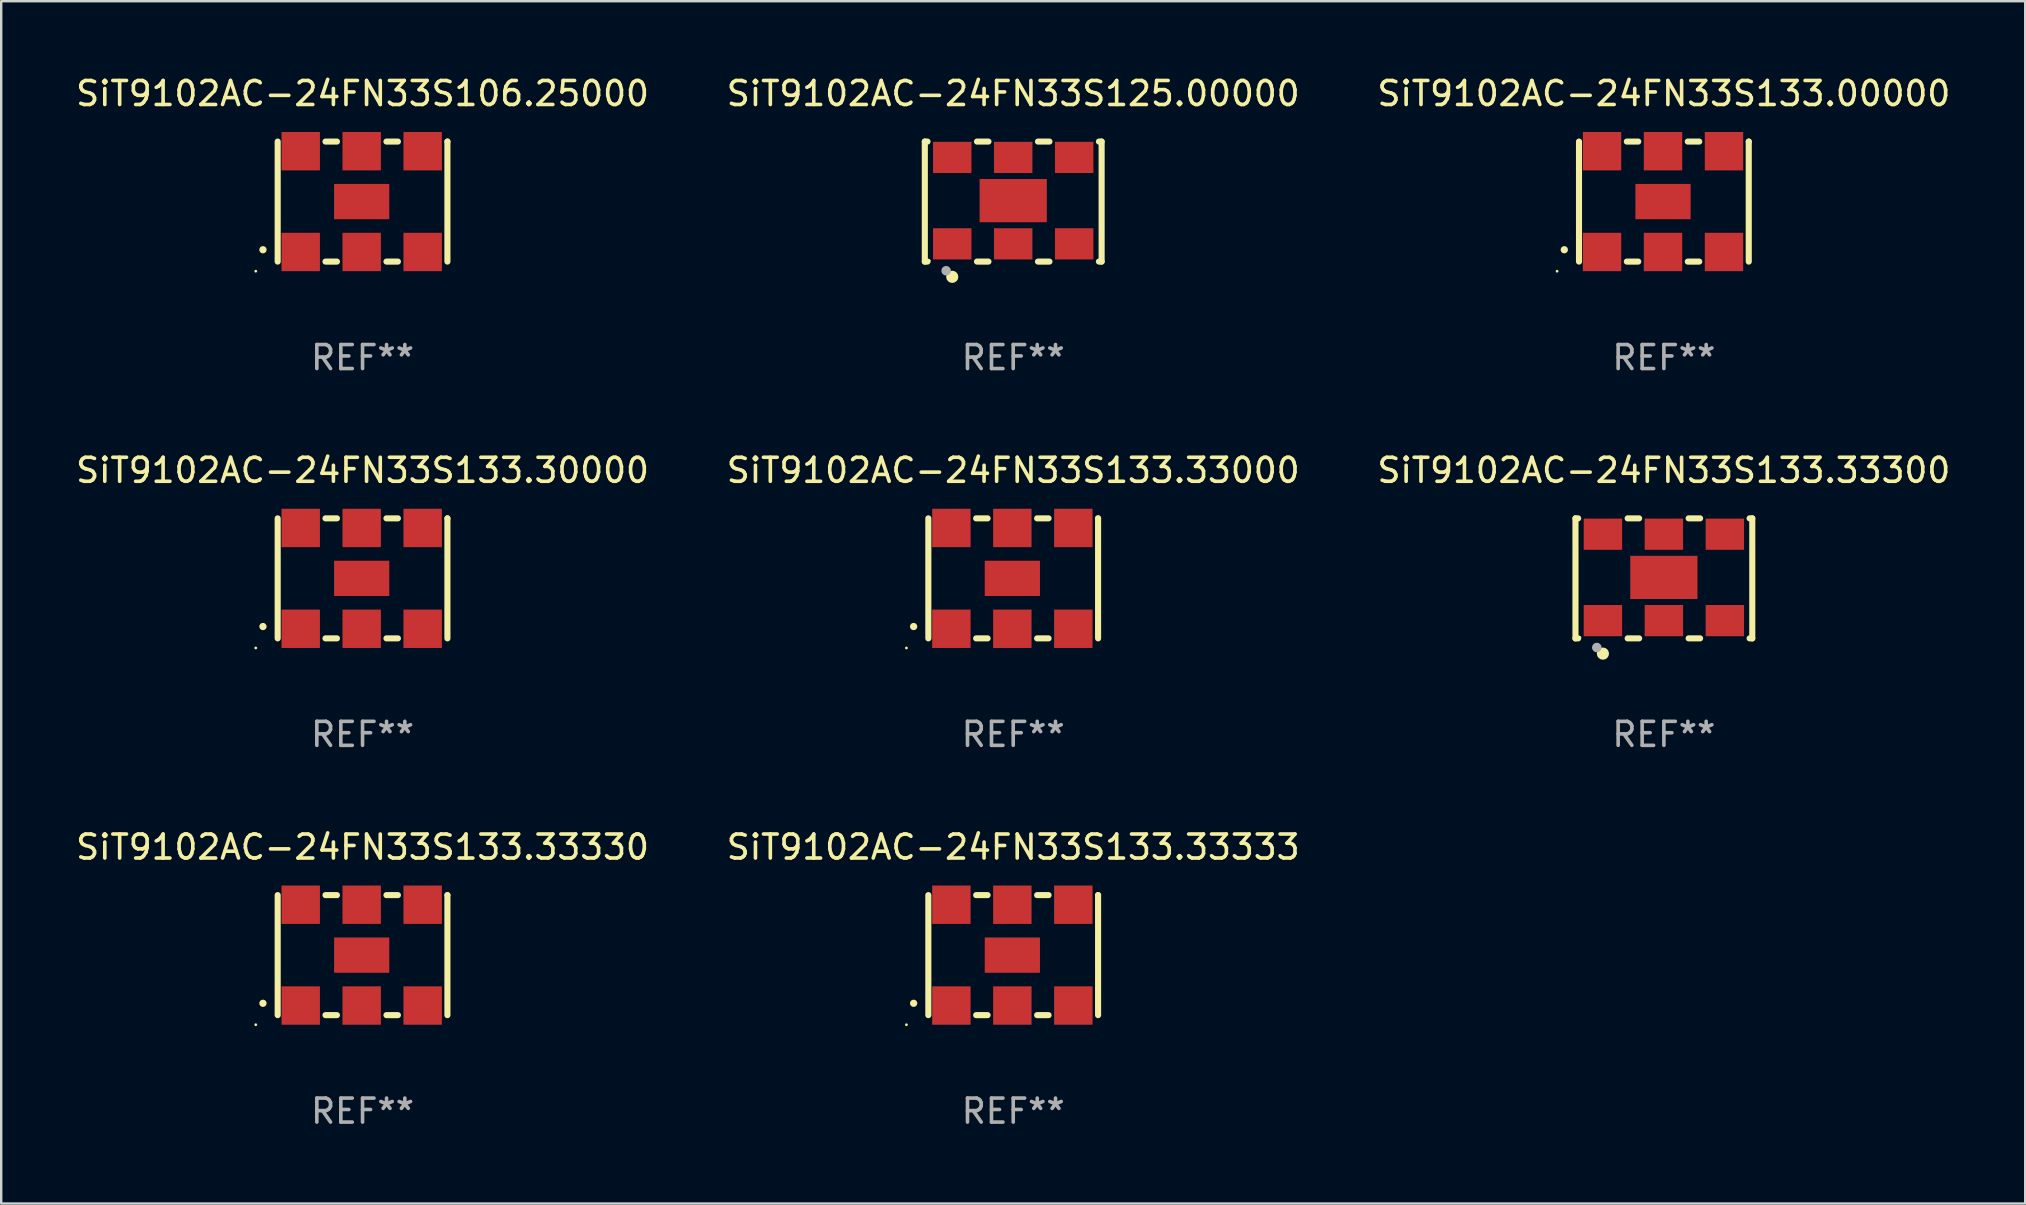
<source format=kicad_pcb>
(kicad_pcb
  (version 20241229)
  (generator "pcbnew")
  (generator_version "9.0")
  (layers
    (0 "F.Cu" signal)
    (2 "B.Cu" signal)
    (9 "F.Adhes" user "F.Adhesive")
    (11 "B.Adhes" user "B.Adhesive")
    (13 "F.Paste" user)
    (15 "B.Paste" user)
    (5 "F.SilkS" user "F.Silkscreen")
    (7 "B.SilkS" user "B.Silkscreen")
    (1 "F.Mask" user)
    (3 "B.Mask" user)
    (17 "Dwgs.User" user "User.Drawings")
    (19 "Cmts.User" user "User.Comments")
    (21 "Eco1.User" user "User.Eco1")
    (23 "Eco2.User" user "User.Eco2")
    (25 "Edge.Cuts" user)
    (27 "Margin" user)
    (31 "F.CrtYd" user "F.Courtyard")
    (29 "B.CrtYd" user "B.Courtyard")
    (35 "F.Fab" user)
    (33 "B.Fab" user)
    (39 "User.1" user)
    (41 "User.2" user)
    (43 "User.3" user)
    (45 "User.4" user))
  (footprint "SiT9102AC-24FN33S106.25000"
    (layer "F.Cu")
    (at 12.054 5.348)
    (property "Reference" "SiT9102AC-24FN33S106.25000" (at 0 -4.5 0) (layer "F.SilkS") (effects (font (size 1 1) (thickness 0.15))))
    (attr through_hole)
    (fp_line (start -3.536 -2.5) (end -3.536 2.5) (stroke (width 0.254) (type solid)) (layer "F.SilkS"))
    (fp_line (start -1.544 2.5) (end -1.067 2.5) (stroke (width 0.254) (type solid)) (layer "F.SilkS"))
    (fp_line (start -1.067 -2.5) (end -1.544 -2.5) (stroke (width 0.254) (type solid)) (layer "F.SilkS"))
    (fp_line (start 0.996 2.5) (end 1.473 2.5) (stroke (width 0.254) (type solid)) (layer "F.SilkS"))
    (fp_line (start 1.473 -2.5) (end 0.996 -2.5) (stroke (width 0.254) (type solid)) (layer "F.SilkS"))
    (fp_line (start 3.536 -2.5) (end 3.536 -2.5) (stroke (width 0.254) (type solid)) (layer "F.SilkS"))
    (fp_line (start 3.536 2.5) (end 3.536 -2.5) (stroke (width 0.254) (type solid)) (layer "F.SilkS"))
    (fp_arc (start -4.150432 2.006604) (mid -4.149162 2.006599) (end -4.147892 2.006604) (stroke (width 0.3) (type solid)) (layer "F.SilkS"))
    (fp_circle (center -4.449 2.9) (end -4.419 2.9) (stroke (width 0.06) (type solid)) (fill no) (layer "F.SilkS"))
    (fp_text user "REF**" (at 0 6.5 0) (layer "F.Fab") (effects (font (size 1 1) (thickness 0.15))))
    (pad "1" smd rect (at -2.576 2.1) (size 1.6 1.6) (layers "F.Cu" "F.Mask" "F.Paste"))
    (pad "2" smd rect (at -0.036 2.1) (size 1.6 1.6) (layers "F.Cu" "F.Mask" "F.Paste"))
    (pad "3" smd rect (at 2.504 2.1) (size 1.6 1.6) (layers "F.Cu" "F.Mask" "F.Paste"))
    (pad "4" smd rect (at 2.504 -2.1) (size 1.6 1.6) (layers "F.Cu" "F.Mask" "F.Paste"))
    (pad "5" smd rect (at -0.036 -2.1) (size 1.6 1.6) (layers "F.Cu" "F.Mask" "F.Paste"))
    (pad "6" smd rect (at -2.576 -2.1) (size 1.6 1.6) (layers "F.Cu" "F.Mask" "F.Paste"))
    (pad "7" smd rect (at -0.036 0) (size 2.3 1.47) (layers "F.Cu" "F.Mask" "F.Paste")))
  (footprint "SiT9102AC-24FN33S133.33300"
    (layer "F.Cu")
    (at 66.268 21.045)
    (property "Reference" "SiT9102AC-24FN33S133.33300" (at 0 -4.5 0) (layer "F.SilkS") (effects (font (size 1 1) (thickness 0.15))))
    (attr through_hole)
    (fp_line (start -3.683 -2.5) (end -3.571 -2.5) (stroke (width 0.254) (type solid)) (layer "F.SilkS"))
    (fp_line (start -3.683 2.5) (end -3.683 -2.5) (stroke (width 0.254) (type solid)) (layer "F.SilkS"))
    (fp_line (start -3.683 2.5) (end -3.571 2.5) (stroke (width 0.254) (type solid)) (layer "F.SilkS"))
    (fp_line (start -1.509 -2.5) (end -1.031 -2.5) (stroke (width 0.254) (type solid)) (layer "F.SilkS"))
    (fp_line (start -1.509 2.5) (end -1.031 2.5) (stroke (width 0.254) (type solid)) (layer "F.SilkS"))
    (fp_line (start 1.031 -2.5) (end 1.509 -2.5) (stroke (width 0.254) (type solid)) (layer "F.SilkS"))
    (fp_line (start 1.031 2.5) (end 1.509 2.5) (stroke (width 0.254) (type solid)) (layer "F.SilkS"))
    (fp_line (start 3.571 -2.5) (end 3.683 -2.5) (stroke (width 0.254) (type solid)) (layer "F.SilkS"))
    (fp_line (start 3.571 2.5) (end 3.683 2.5) (stroke (width 0.254) (type solid)) (layer "F.SilkS"))
    (fp_line (start 3.683 2.5) (end 3.683 -2.5) (stroke (width 0.254) (type solid)) (layer "F.SilkS"))
    (fp_circle (center -3.5 2.46) (end -3.47 2.46) (stroke (width 0.06) (type solid)) (fill no) (layer "F.SilkS"))
    (fp_circle (center -2.54 3.135) (end -2.413 3.135) (stroke (width 0.254) (type solid)) (fill no) (layer "F.SilkS"))
    (fp_circle (center -2.794 2.881) (end -2.694 2.881) (stroke (width 0.2) (type solid)) (fill no) (layer "F.Fab"))
    (fp_text user "REF**" (at 0 6.5 0) (layer "F.Fab") (effects (font (size 1 1) (thickness 0.15))))
    (pad "1" smd rect (at -2.54 1.76) (size 1.6 1.3) (layers "F.Cu" "F.Mask" "F.Paste"))
    (pad "2" smd rect (at 0 1.76) (size 1.6 1.3) (layers "F.Cu" "F.Mask" "F.Paste"))
    (pad "3" smd rect (at 2.54 1.76) (size 1.6 1.3) (layers "F.Cu" "F.Mask" "F.Paste"))
    (pad "4" smd rect (at 2.54 -1.84) (size 1.6 1.3) (layers "F.Cu" "F.Mask" "F.Paste"))
    (pad "5" smd rect (at 0 -1.84) (size 1.6 1.3) (layers "F.Cu" "F.Mask" "F.Paste"))
    (pad "6" smd rect (at -2.54 -1.84) (size 1.6 1.3) (layers "F.Cu" "F.Mask" "F.Paste"))
    (pad "7" smd rect (at 0 -0.04) (size 2.8 1.8) (layers "F.Cu" "F.Mask" "F.Paste")))
  (footprint "SiT9102AC-24FN33S133.00000"
    (layer "F.Cu")
    (at 66.268 5.348)
    (property "Reference" "SiT9102AC-24FN33S133.00000" (at 0 -4.5 0) (layer "F.SilkS") (effects (font (size 1 1) (thickness 0.15))))
    (attr through_hole)
    (fp_line (start -3.536 -2.5) (end -3.536 2.5) (stroke (width 0.254) (type solid)) (layer "F.SilkS"))
    (fp_line (start -1.544 2.5) (end -1.067 2.5) (stroke (width 0.254) (type solid)) (layer "F.SilkS"))
    (fp_line (start -1.067 -2.5) (end -1.544 -2.5) (stroke (width 0.254) (type solid)) (layer "F.SilkS"))
    (fp_line (start 0.996 2.5) (end 1.473 2.5) (stroke (width 0.254) (type solid)) (layer "F.SilkS"))
    (fp_line (start 1.473 -2.5) (end 0.996 -2.5) (stroke (width 0.254) (type solid)) (layer "F.SilkS"))
    (fp_line (start 3.536 -2.5) (end 3.536 -2.5) (stroke (width 0.254) (type solid)) (layer "F.SilkS"))
    (fp_line (start 3.536 2.5) (end 3.536 -2.5) (stroke (width 0.254) (type solid)) (layer "F.SilkS"))
    (fp_arc (start -4.150432 2.006604) (mid -4.149162 2.006599) (end -4.147892 2.006604) (stroke (width 0.3) (type solid)) (layer "F.SilkS"))
    (fp_circle (center -4.449 2.9) (end -4.419 2.9) (stroke (width 0.06) (type solid)) (fill no) (layer "F.SilkS"))
    (fp_text user "REF**" (at 0 6.5 0) (layer "F.Fab") (effects (font (size 1 1) (thickness 0.15))))
    (pad "1" smd rect (at -2.576 2.1) (size 1.6 1.6) (layers "F.Cu" "F.Mask" "F.Paste"))
    (pad "2" smd rect (at -0.036 2.1) (size 1.6 1.6) (layers "F.Cu" "F.Mask" "F.Paste"))
    (pad "3" smd rect (at 2.504 2.1) (size 1.6 1.6) (layers "F.Cu" "F.Mask" "F.Paste"))
    (pad "4" smd rect (at 2.504 -2.1) (size 1.6 1.6) (layers "F.Cu" "F.Mask" "F.Paste"))
    (pad "5" smd rect (at -0.036 -2.1) (size 1.6 1.6) (layers "F.Cu" "F.Mask" "F.Paste"))
    (pad "6" smd rect (at -2.576 -2.1) (size 1.6 1.6) (layers "F.Cu" "F.Mask" "F.Paste"))
    (pad "7" smd rect (at -0.036 0) (size 2.3 1.47) (layers "F.Cu" "F.Mask" "F.Paste")))
  (footprint "SiT9102AC-24FN33S125.00000"
    (layer "F.Cu")
    (at 39.161 5.348)
    (property "Reference" "SiT9102AC-24FN33S125.00000" (at 0 -4.5 0) (layer "F.SilkS") (effects (font (size 1 1) (thickness 0.15))))
    (attr through_hole)
    (fp_line (start -3.683 -2.5) (end -3.571 -2.5) (stroke (width 0.254) (type solid)) (layer "F.SilkS"))
    (fp_line (start -3.683 2.5) (end -3.683 -2.5) (stroke (width 0.254) (type solid)) (layer "F.SilkS"))
    (fp_line (start -3.683 2.5) (end -3.571 2.5) (stroke (width 0.254) (type solid)) (layer "F.SilkS"))
    (fp_line (start -1.509 -2.5) (end -1.031 -2.5) (stroke (width 0.254) (type solid)) (layer "F.SilkS"))
    (fp_line (start -1.509 2.5) (end -1.031 2.5) (stroke (width 0.254) (type solid)) (layer "F.SilkS"))
    (fp_line (start 1.031 -2.5) (end 1.509 -2.5) (stroke (width 0.254) (type solid)) (layer "F.SilkS"))
    (fp_line (start 1.031 2.5) (end 1.509 2.5) (stroke (width 0.254) (type solid)) (layer "F.SilkS"))
    (fp_line (start 3.571 -2.5) (end 3.683 -2.5) (stroke (width 0.254) (type solid)) (layer "F.SilkS"))
    (fp_line (start 3.571 2.5) (end 3.683 2.5) (stroke (width 0.254) (type solid)) (layer "F.SilkS"))
    (fp_line (start 3.683 2.5) (end 3.683 -2.5) (stroke (width 0.254) (type solid)) (layer "F.SilkS"))
    (fp_circle (center -3.5 2.46) (end -3.47 2.46) (stroke (width 0.06) (type solid)) (fill no) (layer "F.SilkS"))
    (fp_circle (center -2.54 3.135) (end -2.413 3.135) (stroke (width 0.254) (type solid)) (fill no) (layer "F.SilkS"))
    (fp_circle (center -2.794 2.881) (end -2.694 2.881) (stroke (width 0.2) (type solid)) (fill no) (layer "F.Fab"))
    (fp_text user "REF**" (at 0 6.5 0) (layer "F.Fab") (effects (font (size 1 1) (thickness 0.15))))
    (pad "1" smd rect (at -2.54 1.76) (size 1.6 1.3) (layers "F.Cu" "F.Mask" "F.Paste"))
    (pad "2" smd rect (at 0 1.76) (size 1.6 1.3) (layers "F.Cu" "F.Mask" "F.Paste"))
    (pad "3" smd rect (at 2.54 1.76) (size 1.6 1.3) (layers "F.Cu" "F.Mask" "F.Paste"))
    (pad "4" smd rect (at 2.54 -1.84) (size 1.6 1.3) (layers "F.Cu" "F.Mask" "F.Paste"))
    (pad "5" smd rect (at 0 -1.84) (size 1.6 1.3) (layers "F.Cu" "F.Mask" "F.Paste"))
    (pad "6" smd rect (at -2.54 -1.84) (size 1.6 1.3) (layers "F.Cu" "F.Mask" "F.Paste"))
    (pad "7" smd rect (at 0 -0.04) (size 2.8 1.8) (layers "F.Cu" "F.Mask" "F.Paste")))
  (footprint "SiT9102AC-24FN33S133.33000"
    (layer "F.Cu")
    (at 39.161 21.045)
    (property "Reference" "SiT9102AC-24FN33S133.33000" (at 0 -4.5 0) (layer "F.SilkS") (effects (font (size 1 1) (thickness 0.15))))
    (attr through_hole)
    (fp_line (start -3.536 -2.5) (end -3.536 2.5) (stroke (width 0.254) (type solid)) (layer "F.SilkS"))
    (fp_line (start -1.544 2.5) (end -1.067 2.5) (stroke (width 0.254) (type solid)) (layer "F.SilkS"))
    (fp_line (start -1.067 -2.5) (end -1.544 -2.5) (stroke (width 0.254) (type solid)) (layer "F.SilkS"))
    (fp_line (start 0.996 2.5) (end 1.473 2.5) (stroke (width 0.254) (type solid)) (layer "F.SilkS"))
    (fp_line (start 1.473 -2.5) (end 0.996 -2.5) (stroke (width 0.254) (type solid)) (layer "F.SilkS"))
    (fp_line (start 3.536 -2.5) (end 3.536 -2.5) (stroke (width 0.254) (type solid)) (layer "F.SilkS"))
    (fp_line (start 3.536 2.5) (end 3.536 -2.5) (stroke (width 0.254) (type solid)) (layer "F.SilkS"))
    (fp_arc (start -4.150432 2.006604) (mid -4.149162 2.006599) (end -4.147892 2.006604) (stroke (width 0.3) (type solid)) (layer "F.SilkS"))
    (fp_circle (center -4.449 2.9) (end -4.419 2.9) (stroke (width 0.06) (type solid)) (fill no) (layer "F.SilkS"))
    (fp_text user "REF**" (at 0 6.5 0) (layer "F.Fab") (effects (font (size 1 1) (thickness 0.15))))
    (pad "1" smd rect (at -2.576 2.1) (size 1.6 1.6) (layers "F.Cu" "F.Mask" "F.Paste"))
    (pad "2" smd rect (at -0.036 2.1) (size 1.6 1.6) (layers "F.Cu" "F.Mask" "F.Paste"))
    (pad "3" smd rect (at 2.504 2.1) (size 1.6 1.6) (layers "F.Cu" "F.Mask" "F.Paste"))
    (pad "4" smd rect (at 2.504 -2.1) (size 1.6 1.6) (layers "F.Cu" "F.Mask" "F.Paste"))
    (pad "5" smd rect (at -0.036 -2.1) (size 1.6 1.6) (layers "F.Cu" "F.Mask" "F.Paste"))
    (pad "6" smd rect (at -2.576 -2.1) (size 1.6 1.6) (layers "F.Cu" "F.Mask" "F.Paste"))
    (pad "7" smd rect (at -0.036 0) (size 2.3 1.47) (layers "F.Cu" "F.Mask" "F.Paste")))
  (footprint "SiT9102AC-24FN33S133.33333"
    (layer "F.Cu")
    (at 39.161 36.741)
    (property "Reference" "SiT9102AC-24FN33S133.33333" (at 0 -4.5 0) (layer "F.SilkS") (effects (font (size 1 1) (thickness 0.15))))
    (attr through_hole)
    (fp_line (start -3.536 -2.5) (end -3.536 2.5) (stroke (width 0.254) (type solid)) (layer "F.SilkS"))
    (fp_line (start -1.544 2.5) (end -1.067 2.5) (stroke (width 0.254) (type solid)) (layer "F.SilkS"))
    (fp_line (start -1.067 -2.5) (end -1.544 -2.5) (stroke (width 0.254) (type solid)) (layer "F.SilkS"))
    (fp_line (start 0.996 2.5) (end 1.473 2.5) (stroke (width 0.254) (type solid)) (layer "F.SilkS"))
    (fp_line (start 1.473 -2.5) (end 0.996 -2.5) (stroke (width 0.254) (type solid)) (layer "F.SilkS"))
    (fp_line (start 3.536 -2.5) (end 3.536 -2.5) (stroke (width 0.254) (type solid)) (layer "F.SilkS"))
    (fp_line (start 3.536 2.5) (end 3.536 -2.5) (stroke (width 0.254) (type solid)) (layer "F.SilkS"))
    (fp_arc (start -4.150432 2.006604) (mid -4.149162 2.006599) (end -4.147892 2.006604) (stroke (width 0.3) (type solid)) (layer "F.SilkS"))
    (fp_circle (center -4.449 2.9) (end -4.419 2.9) (stroke (width 0.06) (type solid)) (fill no) (layer "F.SilkS"))
    (fp_text user "REF**" (at 0 6.5 0) (layer "F.Fab") (effects (font (size 1 1) (thickness 0.15))))
    (pad "1" smd rect (at -2.576 2.1) (size 1.6 1.6) (layers "F.Cu" "F.Mask" "F.Paste"))
    (pad "2" smd rect (at -0.036 2.1) (size 1.6 1.6) (layers "F.Cu" "F.Mask" "F.Paste"))
    (pad "3" smd rect (at 2.504 2.1) (size 1.6 1.6) (layers "F.Cu" "F.Mask" "F.Paste"))
    (pad "4" smd rect (at 2.504 -2.1) (size 1.6 1.6) (layers "F.Cu" "F.Mask" "F.Paste"))
    (pad "5" smd rect (at -0.036 -2.1) (size 1.6 1.6) (layers "F.Cu" "F.Mask" "F.Paste"))
    (pad "6" smd rect (at -2.576 -2.1) (size 1.6 1.6) (layers "F.Cu" "F.Mask" "F.Paste"))
    (pad "7" smd rect (at -0.036 0) (size 2.3 1.47) (layers "F.Cu" "F.Mask" "F.Paste")))
  (footprint "SiT9102AC-24FN33S133.33330"
    (layer "F.Cu")
    (at 12.054 36.741)
    (property "Reference" "SiT9102AC-24FN33S133.33330" (at 0 -4.5 0) (layer "F.SilkS") (effects (font (size 1 1) (thickness 0.15))))
    (attr through_hole)
    (fp_line (start -3.536 -2.5) (end -3.536 2.5) (stroke (width 0.254) (type solid)) (layer "F.SilkS"))
    (fp_line (start -1.544 2.5) (end -1.067 2.5) (stroke (width 0.254) (type solid)) (layer "F.SilkS"))
    (fp_line (start -1.067 -2.5) (end -1.544 -2.5) (stroke (width 0.254) (type solid)) (layer "F.SilkS"))
    (fp_line (start 0.996 2.5) (end 1.473 2.5) (stroke (width 0.254) (type solid)) (layer "F.SilkS"))
    (fp_line (start 1.473 -2.5) (end 0.996 -2.5) (stroke (width 0.254) (type solid)) (layer "F.SilkS"))
    (fp_line (start 3.536 -2.5) (end 3.536 -2.5) (stroke (width 0.254) (type solid)) (layer "F.SilkS"))
    (fp_line (start 3.536 2.5) (end 3.536 -2.5) (stroke (width 0.254) (type solid)) (layer "F.SilkS"))
    (fp_arc (start -4.150432 2.006604) (mid -4.149162 2.006599) (end -4.147892 2.006604) (stroke (width 0.3) (type solid)) (layer "F.SilkS"))
    (fp_circle (center -4.449 2.9) (end -4.419 2.9) (stroke (width 0.06) (type solid)) (fill no) (layer "F.SilkS"))
    (fp_text user "REF**" (at 0 6.5 0) (layer "F.Fab") (effects (font (size 1 1) (thickness 0.15))))
    (pad "1" smd rect (at -2.576 2.1) (size 1.6 1.6) (layers "F.Cu" "F.Mask" "F.Paste"))
    (pad "2" smd rect (at -0.036 2.1) (size 1.6 1.6) (layers "F.Cu" "F.Mask" "F.Paste"))
    (pad "3" smd rect (at 2.504 2.1) (size 1.6 1.6) (layers "F.Cu" "F.Mask" "F.Paste"))
    (pad "4" smd rect (at 2.504 -2.1) (size 1.6 1.6) (layers "F.Cu" "F.Mask" "F.Paste"))
    (pad "5" smd rect (at -0.036 -2.1) (size 1.6 1.6) (layers "F.Cu" "F.Mask" "F.Paste"))
    (pad "6" smd rect (at -2.576 -2.1) (size 1.6 1.6) (layers "F.Cu" "F.Mask" "F.Paste"))
    (pad "7" smd rect (at -0.036 0) (size 2.3 1.47) (layers "F.Cu" "F.Mask" "F.Paste")))
  (footprint "SiT9102AC-24FN33S133.30000"
    (layer "F.Cu")
    (at 12.054 21.045)
    (property "Reference" "SiT9102AC-24FN33S133.30000" (at 0 -4.5 0) (layer "F.SilkS") (effects (font (size 1 1) (thickness 0.15))))
    (attr through_hole)
    (fp_line (start -3.536 -2.5) (end -3.536 2.5) (stroke (width 0.254) (type solid)) (layer "F.SilkS"))
    (fp_line (start -1.544 2.5) (end -1.067 2.5) (stroke (width 0.254) (type solid)) (layer "F.SilkS"))
    (fp_line (start -1.067 -2.5) (end -1.544 -2.5) (stroke (width 0.254) (type solid)) (layer "F.SilkS"))
    (fp_line (start 0.996 2.5) (end 1.473 2.5) (stroke (width 0.254) (type solid)) (layer "F.SilkS"))
    (fp_line (start 1.473 -2.5) (end 0.996 -2.5) (stroke (width 0.254) (type solid)) (layer "F.SilkS"))
    (fp_line (start 3.536 -2.5) (end 3.536 -2.5) (stroke (width 0.254) (type solid)) (layer "F.SilkS"))
    (fp_line (start 3.536 2.5) (end 3.536 -2.5) (stroke (width 0.254) (type solid)) (layer "F.SilkS"))
    (fp_arc (start -4.150432 2.006604) (mid -4.149162 2.006599) (end -4.147892 2.006604) (stroke (width 0.3) (type solid)) (layer "F.SilkS"))
    (fp_circle (center -4.449 2.9) (end -4.419 2.9) (stroke (width 0.06) (type solid)) (fill no) (layer "F.SilkS"))
    (fp_text user "REF**" (at 0 6.5 0) (layer "F.Fab") (effects (font (size 1 1) (thickness 0.15))))
    (pad "1" smd rect (at -2.576 2.1) (size 1.6 1.6) (layers "F.Cu" "F.Mask" "F.Paste"))
    (pad "2" smd rect (at -0.036 2.1) (size 1.6 1.6) (layers "F.Cu" "F.Mask" "F.Paste"))
    (pad "3" smd rect (at 2.504 2.1) (size 1.6 1.6) (layers "F.Cu" "F.Mask" "F.Paste"))
    (pad "4" smd rect (at 2.504 -2.1) (size 1.6 1.6) (layers "F.Cu" "F.Mask" "F.Paste"))
    (pad "5" smd rect (at -0.036 -2.1) (size 1.6 1.6) (layers "F.Cu" "F.Mask" "F.Paste"))
    (pad "6" smd rect (at -2.576 -2.1) (size 1.6 1.6) (layers "F.Cu" "F.Mask" "F.Paste"))
    (pad "7" smd rect (at -0.036 0) (size 2.3 1.47) (layers "F.Cu" "F.Mask" "F.Paste")))
  (gr_rect
    (start -3 -3)
    (end 81.321 47.09)
    (stroke (width 0.1) (type default))
    (fill no)
    (layer "Edge.Cuts")))
</source>
